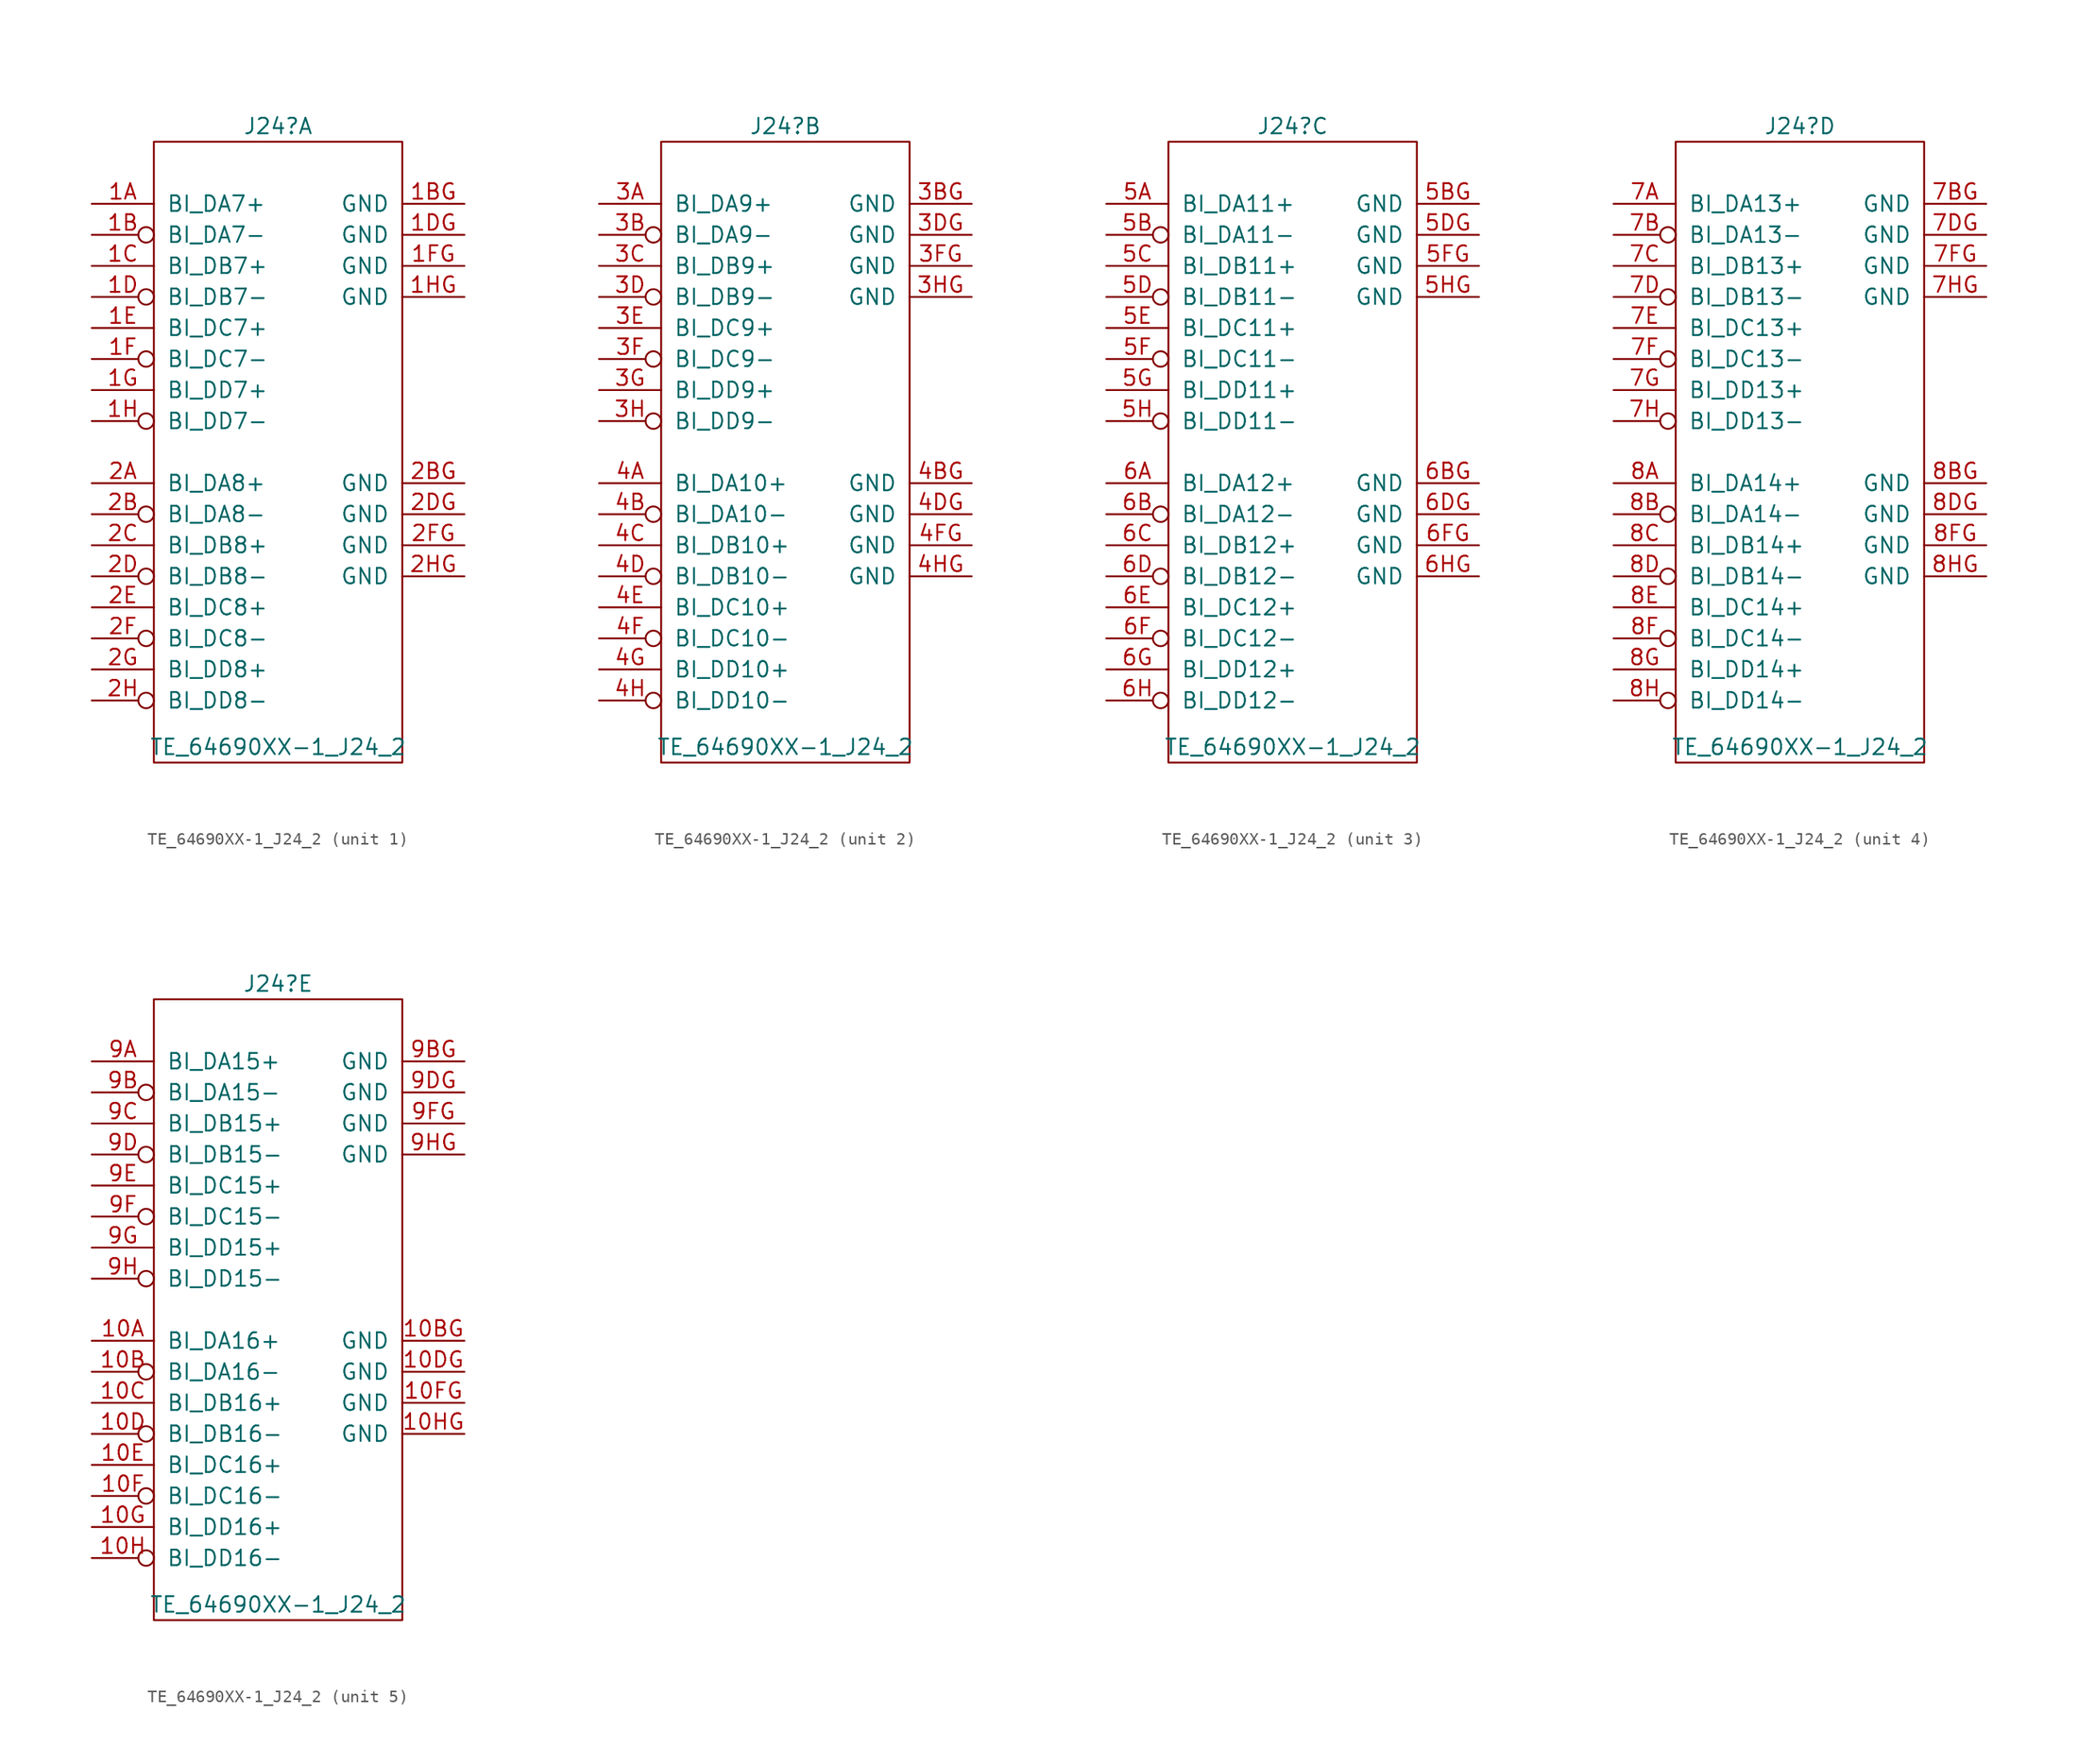
<source format=kicad_sym>
(kicad_symbol_lib
  (version 20220914)
  (generator kicad_symbol_editor)
  (symbol "TE_64690XX-1_J24_2"
    (pin_names
      (offset 1.016))
    (property "Reference" "J24"
      (at 0 26.67 0)
      (effects (font (size 1.27 1.27))))
    (property "Value" "TE_64690XX-1_J24_2"
      (at 0 -24.13 0)
      (effects (font (size 1.27 1.27))))
    (property "ki_locked" ""
      (at 0 0 0)
      (effects (font (size 1.27 1.27))))
    (symbol "TE_64690XX-1_J24_2_1_1"
      (rectangle (start -10.16 25.4) (end 10.16 -25.4) (stroke (width 0) (type default)) (fill (type none)))
      (pin bidirectional line (at -15.24 20.32 0) (length 5.08) (name "BI_DA7+" (effects (font (size 1.27 1.27)))) (number "1A" (effects (font (size 1.27 1.27)))))
      (pin bidirectional inverted (at -15.24 17.78 0) (length 5.08) (name "BI_DA7-" (effects (font (size 1.27 1.27)))) (number "1B" (effects (font (size 1.27 1.27)))))
      (pin passive line (at 15.24 20.32 180) (length 5.08) (name "GND" (effects (font (size 1.27 1.27)))) (number "1BG" (effects (font (size 1.27 1.27)))))
      (pin bidirectional line (at -15.24 15.24 0) (length 5.08) (name "BI_DB7+" (effects (font (size 1.27 1.27)))) (number "1C" (effects (font (size 1.27 1.27)))))
      (pin bidirectional inverted (at -15.24 12.7 0) (length 5.08) (name "BI_DB7-" (effects (font (size 1.27 1.27)))) (number "1D" (effects (font (size 1.27 1.27)))))
      (pin passive line (at 15.24 17.78 180) (length 5.08) (name "GND" (effects (font (size 1.27 1.27)))) (number "1DG" (effects (font (size 1.27 1.27)))))
      (pin bidirectional line (at -15.24 10.16 0) (length 5.08) (name "BI_DC7+" (effects (font (size 1.27 1.27)))) (number "1E" (effects (font (size 1.27 1.27)))))
      (pin bidirectional inverted (at -15.24 7.62 0) (length 5.08) (name "BI_DC7-" (effects (font (size 1.27 1.27)))) (number "1F" (effects (font (size 1.27 1.27)))))
      (pin passive line (at 15.24 15.24 180) (length 5.08) (name "GND" (effects (font (size 1.27 1.27)))) (number "1FG" (effects (font (size 1.27 1.27)))))
      (pin bidirectional line (at -15.24 5.08 0) (length 5.08) (name "BI_DD7+" (effects (font (size 1.27 1.27)))) (number "1G" (effects (font (size 1.27 1.27)))))
      (pin bidirectional inverted (at -15.24 2.54 0) (length 5.08) (name "BI_DD7-" (effects (font (size 1.27 1.27)))) (number "1H" (effects (font (size 1.27 1.27)))))
      (pin passive line (at 15.24 12.7 180) (length 5.08) (name "GND" (effects (font (size 1.27 1.27)))) (number "1HG" (effects (font (size 1.27 1.27)))))
      (pin bidirectional line (at -15.24 -2.54 0) (length 5.08) (name "BI_DA8+" (effects (font (size 1.27 1.27)))) (number "2A" (effects (font (size 1.27 1.27)))))
      (pin bidirectional inverted (at -15.24 -5.08 0) (length 5.08) (name "BI_DA8-" (effects (font (size 1.27 1.27)))) (number "2B" (effects (font (size 1.27 1.27)))))
      (pin passive line (at 15.24 -2.54 180) (length 5.08) (name "GND" (effects (font (size 1.27 1.27)))) (number "2BG" (effects (font (size 1.27 1.27)))))
      (pin bidirectional line (at -15.24 -7.62 0) (length 5.08) (name "BI_DB8+" (effects (font (size 1.27 1.27)))) (number "2C" (effects (font (size 1.27 1.27)))))
      (pin bidirectional inverted (at -15.24 -10.16 0) (length 5.08) (name "BI_DB8-" (effects (font (size 1.27 1.27)))) (number "2D" (effects (font (size 1.27 1.27)))))
      (pin passive line (at 15.24 -5.08 180) (length 5.08) (name "GND" (effects (font (size 1.27 1.27)))) (number "2DG" (effects (font (size 1.27 1.27)))))
      (pin bidirectional line (at -15.24 -12.7 0) (length 5.08) (name "BI_DC8+" (effects (font (size 1.27 1.27)))) (number "2E" (effects (font (size 1.27 1.27)))))
      (pin bidirectional inverted (at -15.24 -15.24 0) (length 5.08) (name "BI_DC8-" (effects (font (size 1.27 1.27)))) (number "2F" (effects (font (size 1.27 1.27)))))
      (pin passive line (at 15.24 -7.62 180) (length 5.08) (name "GND" (effects (font (size 1.27 1.27)))) (number "2FG" (effects (font (size 1.27 1.27)))))
      (pin bidirectional line (at -15.24 -17.78 0) (length 5.08) (name "BI_DD8+" (effects (font (size 1.27 1.27)))) (number "2G" (effects (font (size 1.27 1.27)))))
      (pin bidirectional inverted (at -15.24 -20.32 0) (length 5.08) (name "BI_DD8-" (effects (font (size 1.27 1.27)))) (number "2H" (effects (font (size 1.27 1.27)))))
      (pin passive line (at 15.24 -10.16 180) (length 5.08) (name "GND" (effects (font (size 1.27 1.27)))) (number "2HG" (effects (font (size 1.27 1.27))))))
    (symbol "TE_64690XX-1_J24_2_2_1"
      (rectangle (start -10.16 25.4) (end 10.16 -25.4) (stroke (width 0) (type default)) (fill (type none)))
      (pin bidirectional line (at -15.24 20.32 0) (length 5.08) (name "BI_DA9+" (effects (font (size 1.27 1.27)))) (number "3A" (effects (font (size 1.27 1.27)))))
      (pin bidirectional inverted (at -15.24 17.78 0) (length 5.08) (name "BI_DA9-" (effects (font (size 1.27 1.27)))) (number "3B" (effects (font (size 1.27 1.27)))))
      (pin passive line (at 15.24 20.32 180) (length 5.08) (name "GND" (effects (font (size 1.27 1.27)))) (number "3BG" (effects (font (size 1.27 1.27)))))
      (pin bidirectional line (at -15.24 15.24 0) (length 5.08) (name "BI_DB9+" (effects (font (size 1.27 1.27)))) (number "3C" (effects (font (size 1.27 1.27)))))
      (pin bidirectional inverted (at -15.24 12.7 0) (length 5.08) (name "BI_DB9-" (effects (font (size 1.27 1.27)))) (number "3D" (effects (font (size 1.27 1.27)))))
      (pin passive line (at 15.24 17.78 180) (length 5.08) (name "GND" (effects (font (size 1.27 1.27)))) (number "3DG" (effects (font (size 1.27 1.27)))))
      (pin bidirectional line (at -15.24 10.16 0) (length 5.08) (name "BI_DC9+" (effects (font (size 1.27 1.27)))) (number "3E" (effects (font (size 1.27 1.27)))))
      (pin bidirectional inverted (at -15.24 7.62 0) (length 5.08) (name "BI_DC9-" (effects (font (size 1.27 1.27)))) (number "3F" (effects (font (size 1.27 1.27)))))
      (pin passive line (at 15.24 15.24 180) (length 5.08) (name "GND" (effects (font (size 1.27 1.27)))) (number "3FG" (effects (font (size 1.27 1.27)))))
      (pin bidirectional line (at -15.24 5.08 0) (length 5.08) (name "BI_DD9+" (effects (font (size 1.27 1.27)))) (number "3G" (effects (font (size 1.27 1.27)))))
      (pin bidirectional inverted (at -15.24 2.54 0) (length 5.08) (name "BI_DD9-" (effects (font (size 1.27 1.27)))) (number "3H" (effects (font (size 1.27 1.27)))))
      (pin passive line (at 15.24 12.7 180) (length 5.08) (name "GND" (effects (font (size 1.27 1.27)))) (number "3HG" (effects (font (size 1.27 1.27)))))
      (pin bidirectional line (at -15.24 -2.54 0) (length 5.08) (name "BI_DA10+" (effects (font (size 1.27 1.27)))) (number "4A" (effects (font (size 1.27 1.27)))))
      (pin bidirectional inverted (at -15.24 -5.08 0) (length 5.08) (name "BI_DA10-" (effects (font (size 1.27 1.27)))) (number "4B" (effects (font (size 1.27 1.27)))))
      (pin passive line (at 15.24 -2.54 180) (length 5.08) (name "GND" (effects (font (size 1.27 1.27)))) (number "4BG" (effects (font (size 1.27 1.27)))))
      (pin bidirectional line (at -15.24 -7.62 0) (length 5.08) (name "BI_DB10+" (effects (font (size 1.27 1.27)))) (number "4C" (effects (font (size 1.27 1.27)))))
      (pin bidirectional inverted (at -15.24 -10.16 0) (length 5.08) (name "BI_DB10-" (effects (font (size 1.27 1.27)))) (number "4D" (effects (font (size 1.27 1.27)))))
      (pin passive line (at 15.24 -5.08 180) (length 5.08) (name "GND" (effects (font (size 1.27 1.27)))) (number "4DG" (effects (font (size 1.27 1.27)))))
      (pin bidirectional line (at -15.24 -12.7 0) (length 5.08) (name "BI_DC10+" (effects (font (size 1.27 1.27)))) (number "4E" (effects (font (size 1.27 1.27)))))
      (pin bidirectional inverted (at -15.24 -15.24 0) (length 5.08) (name "BI_DC10-" (effects (font (size 1.27 1.27)))) (number "4F" (effects (font (size 1.27 1.27)))))
      (pin passive line (at 15.24 -7.62 180) (length 5.08) (name "GND" (effects (font (size 1.27 1.27)))) (number "4FG" (effects (font (size 1.27 1.27)))))
      (pin bidirectional line (at -15.24 -17.78 0) (length 5.08) (name "BI_DD10+" (effects (font (size 1.27 1.27)))) (number "4G" (effects (font (size 1.27 1.27)))))
      (pin bidirectional inverted (at -15.24 -20.32 0) (length 5.08) (name "BI_DD10-" (effects (font (size 1.27 1.27)))) (number "4H" (effects (font (size 1.27 1.27)))))
      (pin passive line (at 15.24 -10.16 180) (length 5.08) (name "GND" (effects (font (size 1.27 1.27)))) (number "4HG" (effects (font (size 1.27 1.27))))))
    (symbol "TE_64690XX-1_J24_2_3_1"
      (rectangle (start -10.16 25.4) (end 10.16 -25.4) (stroke (width 0) (type default)) (fill (type none)))
      (pin bidirectional line (at -15.24 20.32 0) (length 5.08) (name "BI_DA11+" (effects (font (size 1.27 1.27)))) (number "5A" (effects (font (size 1.27 1.27)))))
      (pin bidirectional inverted (at -15.24 17.78 0) (length 5.08) (name "BI_DA11-" (effects (font (size 1.27 1.27)))) (number "5B" (effects (font (size 1.27 1.27)))))
      (pin passive line (at 15.24 20.32 180) (length 5.08) (name "GND" (effects (font (size 1.27 1.27)))) (number "5BG" (effects (font (size 1.27 1.27)))))
      (pin bidirectional line (at -15.24 15.24 0) (length 5.08) (name "BI_DB11+" (effects (font (size 1.27 1.27)))) (number "5C" (effects (font (size 1.27 1.27)))))
      (pin bidirectional inverted (at -15.24 12.7 0) (length 5.08) (name "BI_DB11-" (effects (font (size 1.27 1.27)))) (number "5D" (effects (font (size 1.27 1.27)))))
      (pin passive line (at 15.24 17.78 180) (length 5.08) (name "GND" (effects (font (size 1.27 1.27)))) (number "5DG" (effects (font (size 1.27 1.27)))))
      (pin bidirectional line (at -15.24 10.16 0) (length 5.08) (name "BI_DC11+" (effects (font (size 1.27 1.27)))) (number "5E" (effects (font (size 1.27 1.27)))))
      (pin bidirectional inverted (at -15.24 7.62 0) (length 5.08) (name "BI_DC11-" (effects (font (size 1.27 1.27)))) (number "5F" (effects (font (size 1.27 1.27)))))
      (pin passive line (at 15.24 15.24 180) (length 5.08) (name "GND" (effects (font (size 1.27 1.27)))) (number "5FG" (effects (font (size 1.27 1.27)))))
      (pin bidirectional line (at -15.24 5.08 0) (length 5.08) (name "BI_DD11+" (effects (font (size 1.27 1.27)))) (number "5G" (effects (font (size 1.27 1.27)))))
      (pin bidirectional inverted (at -15.24 2.54 0) (length 5.08) (name "BI_DD11-" (effects (font (size 1.27 1.27)))) (number "5H" (effects (font (size 1.27 1.27)))))
      (pin passive line (at 15.24 12.7 180) (length 5.08) (name "GND" (effects (font (size 1.27 1.27)))) (number "5HG" (effects (font (size 1.27 1.27)))))
      (pin bidirectional line (at -15.24 -2.54 0) (length 5.08) (name "BI_DA12+" (effects (font (size 1.27 1.27)))) (number "6A" (effects (font (size 1.27 1.27)))))
      (pin bidirectional inverted (at -15.24 -5.08 0) (length 5.08) (name "BI_DA12-" (effects (font (size 1.27 1.27)))) (number "6B" (effects (font (size 1.27 1.27)))))
      (pin passive line (at 15.24 -2.54 180) (length 5.08) (name "GND" (effects (font (size 1.27 1.27)))) (number "6BG" (effects (font (size 1.27 1.27)))))
      (pin bidirectional line (at -15.24 -7.62 0) (length 5.08) (name "BI_DB12+" (effects (font (size 1.27 1.27)))) (number "6C" (effects (font (size 1.27 1.27)))))
      (pin bidirectional inverted (at -15.24 -10.16 0) (length 5.08) (name "BI_DB12-" (effects (font (size 1.27 1.27)))) (number "6D" (effects (font (size 1.27 1.27)))))
      (pin passive line (at 15.24 -5.08 180) (length 5.08) (name "GND" (effects (font (size 1.27 1.27)))) (number "6DG" (effects (font (size 1.27 1.27)))))
      (pin bidirectional line (at -15.24 -12.7 0) (length 5.08) (name "BI_DC12+" (effects (font (size 1.27 1.27)))) (number "6E" (effects (font (size 1.27 1.27)))))
      (pin bidirectional inverted (at -15.24 -15.24 0) (length 5.08) (name "BI_DC12-" (effects (font (size 1.27 1.27)))) (number "6F" (effects (font (size 1.27 1.27)))))
      (pin passive line (at 15.24 -7.62 180) (length 5.08) (name "GND" (effects (font (size 1.27 1.27)))) (number "6FG" (effects (font (size 1.27 1.27)))))
      (pin bidirectional line (at -15.24 -17.78 0) (length 5.08) (name "BI_DD12+" (effects (font (size 1.27 1.27)))) (number "6G" (effects (font (size 1.27 1.27)))))
      (pin bidirectional inverted (at -15.24 -20.32 0) (length 5.08) (name "BI_DD12-" (effects (font (size 1.27 1.27)))) (number "6H" (effects (font (size 1.27 1.27)))))
      (pin passive line (at 15.24 -10.16 180) (length 5.08) (name "GND" (effects (font (size 1.27 1.27)))) (number "6HG" (effects (font (size 1.27 1.27))))))
    (symbol "TE_64690XX-1_J24_2_4_1"
      (rectangle (start -10.16 25.4) (end 10.16 -25.4) (stroke (width 0) (type default)) (fill (type none)))
      (pin bidirectional line (at -15.24 20.32 0) (length 5.08) (name "BI_DA13+" (effects (font (size 1.27 1.27)))) (number "7A" (effects (font (size 1.27 1.27)))))
      (pin bidirectional inverted (at -15.24 17.78 0) (length 5.08) (name "BI_DA13-" (effects (font (size 1.27 1.27)))) (number "7B" (effects (font (size 1.27 1.27)))))
      (pin passive line (at 15.24 20.32 180) (length 5.08) (name "GND" (effects (font (size 1.27 1.27)))) (number "7BG" (effects (font (size 1.27 1.27)))))
      (pin bidirectional line (at -15.24 15.24 0) (length 5.08) (name "BI_DB13+" (effects (font (size 1.27 1.27)))) (number "7C" (effects (font (size 1.27 1.27)))))
      (pin bidirectional inverted (at -15.24 12.7 0) (length 5.08) (name "BI_DB13-" (effects (font (size 1.27 1.27)))) (number "7D" (effects (font (size 1.27 1.27)))))
      (pin passive line (at 15.24 17.78 180) (length 5.08) (name "GND" (effects (font (size 1.27 1.27)))) (number "7DG" (effects (font (size 1.27 1.27)))))
      (pin bidirectional line (at -15.24 10.16 0) (length 5.08) (name "BI_DC13+" (effects (font (size 1.27 1.27)))) (number "7E" (effects (font (size 1.27 1.27)))))
      (pin bidirectional inverted (at -15.24 7.62 0) (length 5.08) (name "BI_DC13-" (effects (font (size 1.27 1.27)))) (number "7F" (effects (font (size 1.27 1.27)))))
      (pin passive line (at 15.24 15.24 180) (length 5.08) (name "GND" (effects (font (size 1.27 1.27)))) (number "7FG" (effects (font (size 1.27 1.27)))))
      (pin bidirectional line (at -15.24 5.08 0) (length 5.08) (name "BI_DD13+" (effects (font (size 1.27 1.27)))) (number "7G" (effects (font (size 1.27 1.27)))))
      (pin bidirectional inverted (at -15.24 2.54 0) (length 5.08) (name "BI_DD13-" (effects (font (size 1.27 1.27)))) (number "7H" (effects (font (size 1.27 1.27)))))
      (pin passive line (at 15.24 12.7 180) (length 5.08) (name "GND" (effects (font (size 1.27 1.27)))) (number "7HG" (effects (font (size 1.27 1.27)))))
      (pin bidirectional line (at -15.24 -2.54 0) (length 5.08) (name "BI_DA14+" (effects (font (size 1.27 1.27)))) (number "8A" (effects (font (size 1.27 1.27)))))
      (pin bidirectional inverted (at -15.24 -5.08 0) (length 5.08) (name "BI_DA14-" (effects (font (size 1.27 1.27)))) (number "8B" (effects (font (size 1.27 1.27)))))
      (pin passive line (at 15.24 -2.54 180) (length 5.08) (name "GND" (effects (font (size 1.27 1.27)))) (number "8BG" (effects (font (size 1.27 1.27)))))
      (pin bidirectional line (at -15.24 -7.62 0) (length 5.08) (name "BI_DB14+" (effects (font (size 1.27 1.27)))) (number "8C" (effects (font (size 1.27 1.27)))))
      (pin bidirectional inverted (at -15.24 -10.16 0) (length 5.08) (name "BI_DB14-" (effects (font (size 1.27 1.27)))) (number "8D" (effects (font (size 1.27 1.27)))))
      (pin passive line (at 15.24 -5.08 180) (length 5.08) (name "GND" (effects (font (size 1.27 1.27)))) (number "8DG" (effects (font (size 1.27 1.27)))))
      (pin bidirectional line (at -15.24 -12.7 0) (length 5.08) (name "BI_DC14+" (effects (font (size 1.27 1.27)))) (number "8E" (effects (font (size 1.27 1.27)))))
      (pin bidirectional inverted (at -15.24 -15.24 0) (length 5.08) (name "BI_DC14-" (effects (font (size 1.27 1.27)))) (number "8F" (effects (font (size 1.27 1.27)))))
      (pin passive line (at 15.24 -7.62 180) (length 5.08) (name "GND" (effects (font (size 1.27 1.27)))) (number "8FG" (effects (font (size 1.27 1.27)))))
      (pin bidirectional line (at -15.24 -17.78 0) (length 5.08) (name "BI_DD14+" (effects (font (size 1.27 1.27)))) (number "8G" (effects (font (size 1.27 1.27)))))
      (pin bidirectional inverted (at -15.24 -20.32 0) (length 5.08) (name "BI_DD14-" (effects (font (size 1.27 1.27)))) (number "8H" (effects (font (size 1.27 1.27)))))
      (pin passive line (at 15.24 -10.16 180) (length 5.08) (name "GND" (effects (font (size 1.27 1.27)))) (number "8HG" (effects (font (size 1.27 1.27))))))
    (symbol "TE_64690XX-1_J24_2_5_1"
      (rectangle (start -10.16 25.4) (end 10.16 -25.4) (stroke (width 0) (type default)) (fill (type none)))
      (pin bidirectional line (at -15.24 -2.54 0) (length 5.08) (name "BI_DA16+" (effects (font (size 1.27 1.27)))) (number "10A" (effects (font (size 1.27 1.27)))))
      (pin bidirectional inverted (at -15.24 -5.08 0) (length 5.08) (name "BI_DA16-" (effects (font (size 1.27 1.27)))) (number "10B" (effects (font (size 1.27 1.27)))))
      (pin passive line (at 15.24 -2.54 180) (length 5.08) (name "GND" (effects (font (size 1.27 1.27)))) (number "10BG" (effects (font (size 1.27 1.27)))))
      (pin bidirectional line (at -15.24 -7.62 0) (length 5.08) (name "BI_DB16+" (effects (font (size 1.27 1.27)))) (number "10C" (effects (font (size 1.27 1.27)))))
      (pin bidirectional inverted (at -15.24 -10.16 0) (length 5.08) (name "BI_DB16-" (effects (font (size 1.27 1.27)))) (number "10D" (effects (font (size 1.27 1.27)))))
      (pin passive line (at 15.24 -5.08 180) (length 5.08) (name "GND" (effects (font (size 1.27 1.27)))) (number "10DG" (effects (font (size 1.27 1.27)))))
      (pin bidirectional line (at -15.24 -12.7 0) (length 5.08) (name "BI_DC16+" (effects (font (size 1.27 1.27)))) (number "10E" (effects (font (size 1.27 1.27)))))
      (pin bidirectional inverted (at -15.24 -15.24 0) (length 5.08) (name "BI_DC16-" (effects (font (size 1.27 1.27)))) (number "10F" (effects (font (size 1.27 1.27)))))
      (pin passive line (at 15.24 -7.62 180) (length 5.08) (name "GND" (effects (font (size 1.27 1.27)))) (number "10FG" (effects (font (size 1.27 1.27)))))
      (pin bidirectional line (at -15.24 -17.78 0) (length 5.08) (name "BI_DD16+" (effects (font (size 1.27 1.27)))) (number "10G" (effects (font (size 1.27 1.27)))))
      (pin bidirectional inverted (at -15.24 -20.32 0) (length 5.08) (name "BI_DD16-" (effects (font (size 1.27 1.27)))) (number "10H" (effects (font (size 1.27 1.27)))))
      (pin passive line (at 15.24 -10.16 180) (length 5.08) (name "GND" (effects (font (size 1.27 1.27)))) (number "10HG" (effects (font (size 1.27 1.27)))))
      (pin bidirectional line (at -15.24 20.32 0) (length 5.08) (name "BI_DA15+" (effects (font (size 1.27 1.27)))) (number "9A" (effects (font (size 1.27 1.27)))))
      (pin bidirectional inverted (at -15.24 17.78 0) (length 5.08) (name "BI_DA15-" (effects (font (size 1.27 1.27)))) (number "9B" (effects (font (size 1.27 1.27)))))
      (pin passive line (at 15.24 20.32 180) (length 5.08) (name "GND" (effects (font (size 1.27 1.27)))) (number "9BG" (effects (font (size 1.27 1.27)))))
      (pin bidirectional line (at -15.24 15.24 0) (length 5.08) (name "BI_DB15+" (effects (font (size 1.27 1.27)))) (number "9C" (effects (font (size 1.27 1.27)))))
      (pin bidirectional inverted (at -15.24 12.7 0) (length 5.08) (name "BI_DB15-" (effects (font (size 1.27 1.27)))) (number "9D" (effects (font (size 1.27 1.27)))))
      (pin passive line (at 15.24 17.78 180) (length 5.08) (name "GND" (effects (font (size 1.27 1.27)))) (number "9DG" (effects (font (size 1.27 1.27)))))
      (pin bidirectional line (at -15.24 10.16 0) (length 5.08) (name "BI_DC15+" (effects (font (size 1.27 1.27)))) (number "9E" (effects (font (size 1.27 1.27)))))
      (pin bidirectional inverted (at -15.24 7.62 0) (length 5.08) (name "BI_DC15-" (effects (font (size 1.27 1.27)))) (number "9F" (effects (font (size 1.27 1.27)))))
      (pin passive line (at 15.24 15.24 180) (length 5.08) (name "GND" (effects (font (size 1.27 1.27)))) (number "9FG" (effects (font (size 1.27 1.27)))))
      (pin bidirectional line (at -15.24 5.08 0) (length 5.08) (name "BI_DD15+" (effects (font (size 1.27 1.27)))) (number "9G" (effects (font (size 1.27 1.27)))))
      (pin bidirectional inverted (at -15.24 2.54 0) (length 5.08) (name "BI_DD15-" (effects (font (size 1.27 1.27)))) (number "9H" (effects (font (size 1.27 1.27)))))
      (pin passive line (at 15.24 12.7 180) (length 5.08) (name "GND" (effects (font (size 1.27 1.27)))) (number "9HG" (effects (font (size 1.27 1.27))))))))
</source>
